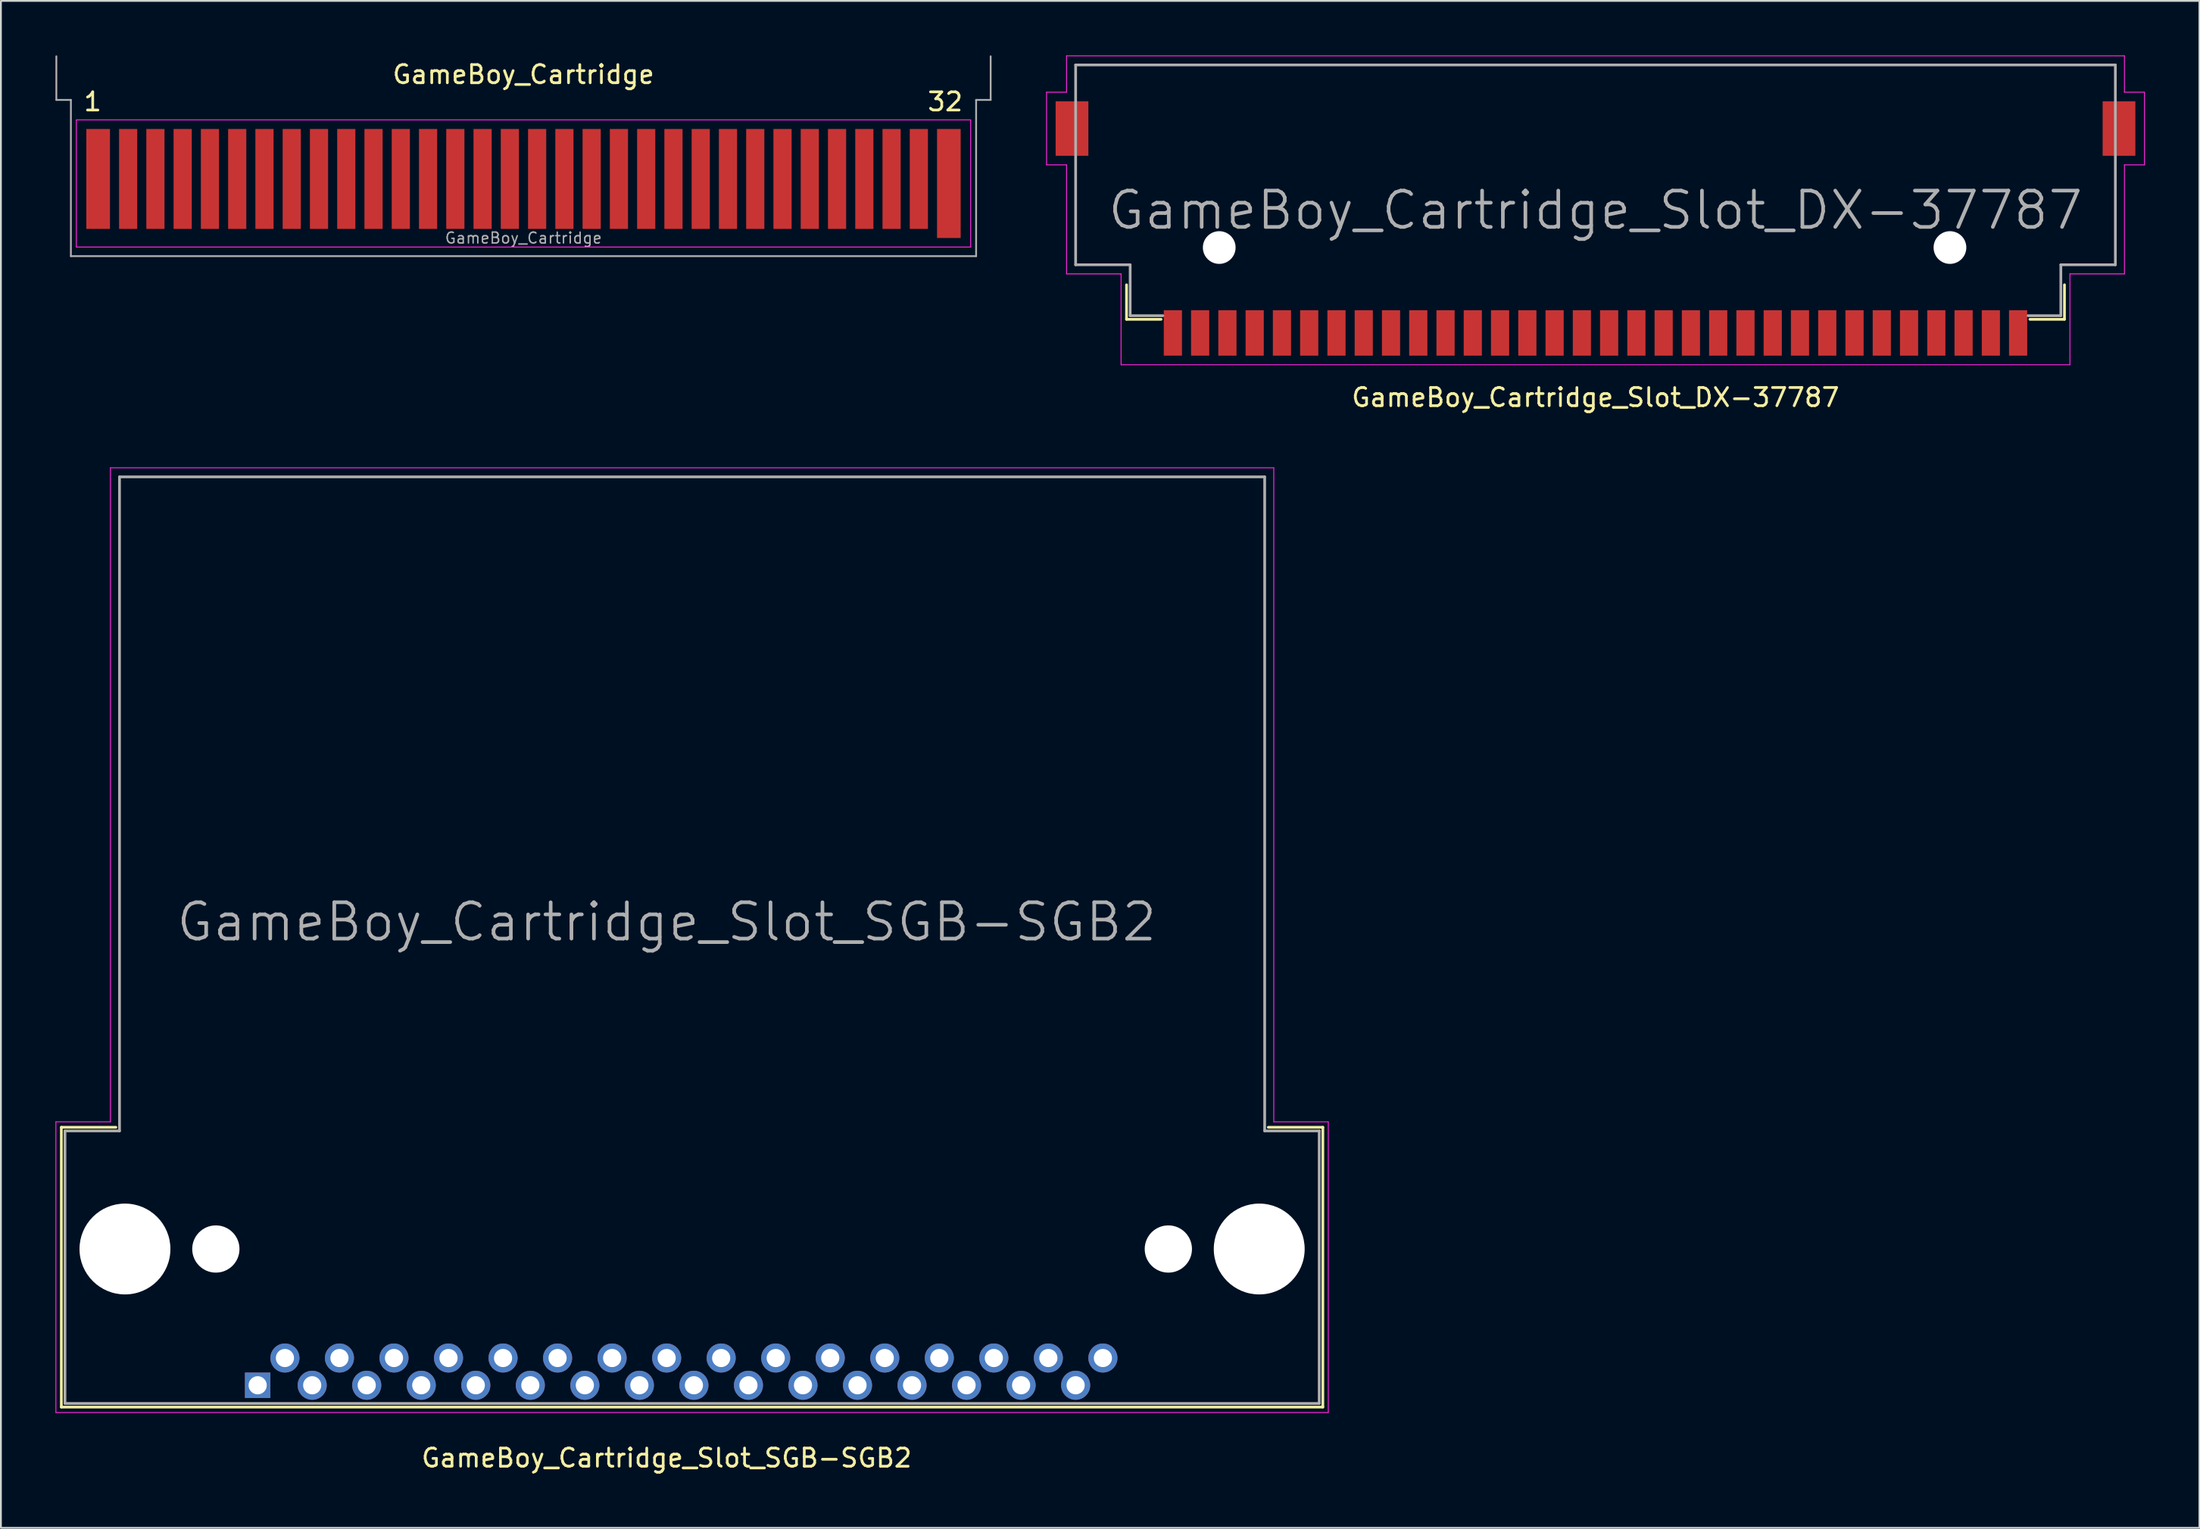
<source format=kicad_pcb>
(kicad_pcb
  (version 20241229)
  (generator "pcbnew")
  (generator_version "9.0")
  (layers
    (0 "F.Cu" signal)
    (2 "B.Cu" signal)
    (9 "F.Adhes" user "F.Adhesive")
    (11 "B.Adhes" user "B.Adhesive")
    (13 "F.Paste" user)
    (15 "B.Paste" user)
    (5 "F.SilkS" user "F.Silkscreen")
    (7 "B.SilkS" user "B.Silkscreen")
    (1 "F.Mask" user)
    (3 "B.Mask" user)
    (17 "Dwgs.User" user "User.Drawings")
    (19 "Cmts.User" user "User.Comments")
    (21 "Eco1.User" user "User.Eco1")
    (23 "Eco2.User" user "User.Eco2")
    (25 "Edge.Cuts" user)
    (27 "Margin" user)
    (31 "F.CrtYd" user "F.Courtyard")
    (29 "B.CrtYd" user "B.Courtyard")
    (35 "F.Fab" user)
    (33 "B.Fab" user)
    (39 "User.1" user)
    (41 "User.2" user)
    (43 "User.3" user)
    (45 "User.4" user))
  (footprint "GameBoy_Cartridge"
    (layer "F.Cu")
    (at 25.75 7.05)
    (property "Reference" "GameBoy_Cartridge" (at 0 -6 0) (layer "F.SilkS") (effects (font (size 1 1) (thickness 0.15))))
    (attr exclude_from_pos_files exclude_from_bom)
    (fp_line (start -24.6 -3.5) (end 24.6 -3.5) (stroke (width 0.05) (type solid)) (layer "F.CrtYd"))
    (fp_line (start -24.6 3.5) (end -24.6 -3.5) (stroke (width 0.05) (type solid)) (layer "F.CrtYd"))
    (fp_line (start 24.6 -3.5) (end 24.6 3.5) (stroke (width 0.05) (type solid)) (layer "F.CrtYd"))
    (fp_line (start 24.6 3.5) (end -24.6 3.5) (stroke (width 0.05) (type solid)) (layer "F.CrtYd"))
    (fp_line (start -25.7 -4.6) (end -25.7 -7) (stroke (width 0.1) (type solid)) (layer "F.Fab"))
    (fp_line (start -24.9 -4.6) (end -25.7 -4.6) (stroke (width 0.1) (type solid)) (layer "F.Fab"))
    (fp_line (start -24.9 4) (end -24.9 -4.6) (stroke (width 0.1) (type solid)) (layer "F.Fab"))
    (fp_line (start -24.9 4) (end 24.9 4) (stroke (width 0.1) (type solid)) (layer "F.Fab"))
    (fp_line (start 24.9 -4.6) (end 25.7 -4.6) (stroke (width 0.1) (type solid)) (layer "F.Fab"))
    (fp_line (start 24.9 4) (end 24.9 -4.6) (stroke (width 0.1) (type solid)) (layer "F.Fab"))
    (fp_line (start 25.7 -4.6) (end 25.7 -7) (stroke (width 0.1) (type solid)) (layer "F.Fab"))
    (fp_text user "1" (at -23.7 -4.5 0) (layer "F.SilkS") (effects (font (size 1 1) (thickness 0.15))))
    (fp_text user "32" (at 23.2 -4.5 0) (layer "F.SilkS") (effects (font (size 1 1) (thickness 0.15))))
    (fp_text user "${REFERENCE}" (at 0 3 0) (layer "F.Fab") (effects (font (size 0.6 0.6) (thickness 0.08))))
    (pad "1" connect rect (at -23.4 -0.25 90) (size 5.5 1.3) (layers "F.Cu" "F.Mask"))
    (pad "2" connect rect (at -21.75 -0.25 90) (size 5.5 1) (layers "F.Cu" "F.Mask"))
    (pad "3" connect rect (at -20.25 -0.25 90) (size 5.5 1) (layers "F.Cu" "F.Mask"))
    (pad "4" connect rect (at -18.75 -0.25 90) (size 5.5 1) (layers "F.Cu" "F.Mask"))
    (pad "5" connect rect (at -17.25 -0.25 90) (size 5.5 1) (layers "F.Cu" "F.Mask"))
    (pad "6" connect rect (at -15.75 -0.25 90) (size 5.5 1) (layers "F.Cu" "F.Mask"))
    (pad "7" connect rect (at -14.25 -0.25 90) (size 5.5 1) (layers "F.Cu" "F.Mask"))
    (pad "8" connect rect (at -12.75 -0.25 90) (size 5.5 1) (layers "F.Cu" "F.Mask"))
    (pad "9" connect rect (at -11.25 -0.25 90) (size 5.5 1) (layers "F.Cu" "F.Mask"))
    (pad "10" connect rect (at -9.75 -0.25 90) (size 5.5 1) (layers "F.Cu" "F.Mask"))
    (pad "11" connect rect (at -8.25 -0.25 90) (size 5.5 1) (layers "F.Cu" "F.Mask"))
    (pad "12" connect rect (at -6.75 -0.25 90) (size 5.5 1) (layers "F.Cu" "F.Mask"))
    (pad "13" connect rect (at -5.25 -0.25 90) (size 5.5 1) (layers "F.Cu" "F.Mask"))
    (pad "14" connect rect (at -3.75 -0.25 90) (size 5.5 1) (layers "F.Cu" "F.Mask"))
    (pad "15" connect rect (at -2.25 -0.25 90) (size 5.5 1) (layers "F.Cu" "F.Mask"))
    (pad "16" connect rect (at -0.75 -0.25 90) (size 5.5 1) (layers "F.Cu" "F.Mask"))
    (pad "17" connect rect (at 0.75 -0.25 90) (size 5.5 1) (layers "F.Cu" "F.Mask"))
    (pad "18" connect rect (at 2.25 -0.25 90) (size 5.5 1) (layers "F.Cu" "F.Mask"))
    (pad "19" connect rect (at 3.75 -0.25 90) (size 5.5 1) (layers "F.Cu" "F.Mask"))
    (pad "20" connect rect (at 5.25 -0.25 90) (size 5.5 1) (layers "F.Cu" "F.Mask"))
    (pad "21" connect rect (at 6.75 -0.25 90) (size 5.5 1) (layers "F.Cu" "F.Mask"))
    (pad "22" connect rect (at 8.25 -0.25 90) (size 5.5 1) (layers "F.Cu" "F.Mask"))
    (pad "23" connect rect (at 9.75 -0.25 90) (size 5.5 1) (layers "F.Cu" "F.Mask"))
    (pad "24" connect rect (at 11.25 -0.25 90) (size 5.5 1) (layers "F.Cu" "F.Mask"))
    (pad "25" connect rect (at 12.75 -0.25 90) (size 5.5 1) (layers "F.Cu" "F.Mask"))
    (pad "26" connect rect (at 14.25 -0.25 90) (size 5.5 1) (layers "F.Cu" "F.Mask"))
    (pad "27" connect rect (at 15.75 -0.25 90) (size 5.5 1) (layers "F.Cu" "F.Mask"))
    (pad "28" connect rect (at 17.25 -0.25 90) (size 5.5 1) (layers "F.Cu" "F.Mask"))
    (pad "29" connect rect (at 18.75 -0.25 90) (size 5.5 1) (layers "F.Cu" "F.Mask"))
    (pad "30" connect rect (at 20.25 -0.25 90) (size 5.5 1) (layers "F.Cu" "F.Mask"))
    (pad "31" connect rect (at 21.75 -0.25 90) (size 5.5 1) (layers "F.Cu" "F.Mask"))
    (pad "32" connect rect (at 23.4 0 90) (size 6 1.3) (layers "F.Cu" "F.Mask")))
  (footprint "GameBoy_Cartridge_Slot_SGB-SGB2"
    (layer "F.Cu")
    (at 11.125 73.198)
    (property "Reference" "GameBoy_Cartridge_Slot_SGB-SGB2" (at 22.5 4 0) (layer "F.SilkS") (effects (font (size 1 1) (thickness 0.15))))
    (attr through_hole)
    (fp_line (start -10.8 -14.2) (end -7.8 -14.2) (stroke (width 0.15) (type solid)) (layer "F.SilkS"))
    (fp_line (start -10.8 1.2) (end -10.8 -14.2) (stroke (width 0.15) (type solid)) (layer "F.SilkS"))
    (fp_line (start 55.6 -14.2) (end 58.6 -14.2) (stroke (width 0.15) (type solid)) (layer "F.SilkS"))
    (fp_line (start 58.6 -14.2) (end 58.6 1.2) (stroke (width 0.15) (type solid)) (layer "F.SilkS"))
    (fp_line (start 58.6 1.2) (end -10.8 1.2) (stroke (width 0.15) (type solid)) (layer "F.SilkS"))
    (fp_line (start -11.1 -14.5) (end -8.1 -14.5) (stroke (width 0.05) (type solid)) (layer "F.CrtYd"))
    (fp_line (start -11.1 1.5) (end -11.1 -14.5) (stroke (width 0.05) (type solid)) (layer "F.CrtYd"))
    (fp_line (start -8.1 -50.5) (end 55.9 -50.5) (stroke (width 0.05) (type solid)) (layer "F.CrtYd"))
    (fp_line (start -8.1 -14.5) (end -8.1 -50.5) (stroke (width 0.05) (type solid)) (layer "F.CrtYd"))
    (fp_line (start 55.9 -50.5) (end 55.9 -14.5) (stroke (width 0.05) (type solid)) (layer "F.CrtYd"))
    (fp_line (start 55.9 -14.5) (end 58.9 -14.5) (stroke (width 0.05) (type solid)) (layer "F.CrtYd"))
    (fp_line (start 58.9 -14.5) (end 58.9 1.5) (stroke (width 0.05) (type solid)) (layer "F.CrtYd"))
    (fp_line (start 58.9 1.5) (end -11.1 1.5) (stroke (width 0.05) (type solid)) (layer "F.CrtYd"))
    (fp_line (start -10.6 -14) (end -7.6 -14) (stroke (width 0.15) (type solid)) (layer "F.Fab"))
    (fp_line (start -10.6 1) (end -10.6 -14) (stroke (width 0.15) (type solid)) (layer "F.Fab"))
    (fp_line (start -10.6 1) (end 58.4 1) (stroke (width 0.15) (type solid)) (layer "F.Fab"))
    (fp_line (start -7.6 -50) (end 55.4 -50) (stroke (width 0.15) (type solid)) (layer "F.Fab"))
    (fp_line (start -7.6 -14) (end -7.6 -50) (stroke (width 0.15) (type solid)) (layer "F.Fab"))
    (fp_line (start 55.4 -14) (end 55.4 -50) (stroke (width 0.15) (type solid)) (layer "F.Fab"))
    (fp_line (start 55.4 -14) (end 58.4 -14) (stroke (width 0.15) (type solid)) (layer "F.Fab"))
    (fp_line (start 58.4 1) (end 58.4 -14) (stroke (width 0.15) (type solid)) (layer "F.Fab"))
    (fp_text user "${REFERENCE}" (at 22.5 -25.5 0) (layer "F.Fab") (effects (font (size 2 2) (thickness 0.2))))
    (pad "" np_thru_hole circle (at -7.3 -7.5) (size 5 5) (drill 5) (layers "*.Cu" "*.Mask"))
    (pad "" np_thru_hole circle (at -2.3 -7.5) (size 2.6 2.6) (drill 2.6) (layers "*.Cu" "*.Mask"))
    (pad "" np_thru_hole circle (at 50.1 -7.5) (size 2.6 2.6) (drill 2.6) (layers "*.Cu" "*.Mask"))
    (pad "" np_thru_hole circle (at 55.1 -7.5) (size 5 5) (drill 5) (layers "*.Cu" "*.Mask"))
    (pad "1" thru_hole rect (at 0 0) (size 1.4 1.4) (drill 1) (layers "*.Cu" "*.Mask"))
    (pad "2" thru_hole circle (at 1.5 -1.5) (size 1.6 1.6) (drill 1) (layers "*.Cu" "*.Mask"))
    (pad "3" thru_hole circle (at 3 0) (size 1.6 1.6) (drill 1) (layers "*.Cu" "*.Mask"))
    (pad "4" thru_hole circle (at 4.5 -1.5) (size 1.6 1.6) (drill 1) (layers "*.Cu" "*.Mask"))
    (pad "5" thru_hole circle (at 6 0) (size 1.6 1.6) (drill 1) (layers "*.Cu" "*.Mask"))
    (pad "6" thru_hole circle (at 7.5 -1.5) (size 1.6 1.6) (drill 1) (layers "*.Cu" "*.Mask"))
    (pad "7" thru_hole circle (at 9 0) (size 1.6 1.6) (drill 1) (layers "*.Cu" "*.Mask"))
    (pad "8" thru_hole circle (at 10.5 -1.5) (size 1.6 1.6) (drill 1) (layers "*.Cu" "*.Mask"))
    (pad "9" thru_hole circle (at 12 0) (size 1.6 1.6) (drill 1) (layers "*.Cu" "*.Mask"))
    (pad "10" thru_hole circle (at 13.5 -1.5) (size 1.6 1.6) (drill 1) (layers "*.Cu" "*.Mask"))
    (pad "11" thru_hole circle (at 15 0) (size 1.6 1.6) (drill 1) (layers "*.Cu" "*.Mask"))
    (pad "12" thru_hole circle (at 16.5 -1.5) (size 1.6 1.6) (drill 1) (layers "*.Cu" "*.Mask"))
    (pad "13" thru_hole circle (at 18 0) (size 1.6 1.6) (drill 1) (layers "*.Cu" "*.Mask"))
    (pad "14" thru_hole circle (at 19.5 -1.5) (size 1.6 1.6) (drill 1) (layers "*.Cu" "*.Mask"))
    (pad "15" thru_hole circle (at 21 0) (size 1.6 1.6) (drill 1) (layers "*.Cu" "*.Mask"))
    (pad "16" thru_hole circle (at 22.5 -1.5) (size 1.6 1.6) (drill 1) (layers "*.Cu" "*.Mask"))
    (pad "17" thru_hole circle (at 24 0) (size 1.6 1.6) (drill 1) (layers "*.Cu" "*.Mask"))
    (pad "18" thru_hole circle (at 25.5 -1.5) (size 1.6 1.6) (drill 1) (layers "*.Cu" "*.Mask"))
    (pad "19" thru_hole circle (at 27 0) (size 1.6 1.6) (drill 1) (layers "*.Cu" "*.Mask"))
    (pad "20" thru_hole circle (at 28.5 -1.5) (size 1.6 1.6) (drill 1) (layers "*.Cu" "*.Mask"))
    (pad "21" thru_hole circle (at 30 0) (size 1.6 1.6) (drill 1) (layers "*.Cu" "*.Mask"))
    (pad "22" thru_hole circle (at 31.5 -1.5) (size 1.6 1.6) (drill 1) (layers "*.Cu" "*.Mask"))
    (pad "23" thru_hole circle (at 33 0) (size 1.6 1.6) (drill 1) (layers "*.Cu" "*.Mask"))
    (pad "24" thru_hole circle (at 34.5 -1.5) (size 1.6 1.6) (drill 1) (layers "*.Cu" "*.Mask"))
    (pad "25" thru_hole circle (at 36 0) (size 1.6 1.6) (drill 1) (layers "*.Cu" "*.Mask"))
    (pad "26" thru_hole circle (at 37.5 -1.5) (size 1.6 1.6) (drill 1) (layers "*.Cu" "*.Mask"))
    (pad "27" thru_hole circle (at 39 0) (size 1.6 1.6) (drill 1) (layers "*.Cu" "*.Mask"))
    (pad "28" thru_hole circle (at 40.5 -1.5) (size 1.6 1.6) (drill 1) (layers "*.Cu" "*.Mask"))
    (pad "29" thru_hole circle (at 42 0) (size 1.6 1.6) (drill 1) (layers "*.Cu" "*.Mask"))
    (pad "30" thru_hole circle (at 43.5 -1.5) (size 1.6 1.6) (drill 1) (layers "*.Cu" "*.Mask"))
    (pad "31" thru_hole circle (at 45 0) (size 1.6 1.6) (drill 1) (layers "*.Cu" "*.Mask"))
    (pad "32" thru_hole circle (at 46.5 -1.5) (size 1.6 1.6) (drill 1) (layers "*.Cu" "*.Mask")))
  (footprint "GameBoy_Cartridge_Slot_DX-37787"
    (layer "F.Cu")
    (at 84.725 9.525)
    (property "Reference" "GameBoy_Cartridge_Slot_DX-37787" (at 0 9.3 180) (layer "F.SilkS") (effects (font (size 1 1) (thickness 0.15))))
    (attr smd)
    (fp_line (start -25.8 5) (end -25.8 3.1) (stroke (width 0.15) (type solid)) (layer "F.SilkS"))
    (fp_line (start -23.9 5) (end -25.8 5) (stroke (width 0.15) (type solid)) (layer "F.SilkS"))
    (fp_line (start 23.9 5) (end 25.8 5) (stroke (width 0.15) (type solid)) (layer "F.SilkS"))
    (fp_line (start 25.8 5) (end 25.8 3.1) (stroke (width 0.15) (type solid)) (layer "F.SilkS"))
    (fp_line (start -30.2 -7.5) (end -30.2 -3.5) (stroke (width 0.05) (type solid)) (layer "F.CrtYd"))
    (fp_line (start -30.2 -3.5) (end -29.1 -3.5) (stroke (width 0.05) (type solid)) (layer "F.CrtYd"))
    (fp_line (start -29.1 -9.5) (end -29.1 -7.5) (stroke (width 0.05) (type solid)) (layer "F.CrtYd"))
    (fp_line (start -29.1 -9.5) (end 29.1 -9.5) (stroke (width 0.05) (type solid)) (layer "F.CrtYd"))
    (fp_line (start -29.1 -7.5) (end -30.2 -7.5) (stroke (width 0.05) (type solid)) (layer "F.CrtYd"))
    (fp_line (start -29.1 -3.5) (end -29.1 2.5) (stroke (width 0.05) (type solid)) (layer "F.CrtYd"))
    (fp_line (start -29.1 2.5) (end -26.1 2.5) (stroke (width 0.05) (type solid)) (layer "F.CrtYd"))
    (fp_line (start -26.1 2.5) (end -26.1 7.5) (stroke (width 0.05) (type solid)) (layer "F.CrtYd"))
    (fp_line (start -26.1 7.5) (end 26.1 7.5) (stroke (width 0.05) (type solid)) (layer "F.CrtYd"))
    (fp_line (start 26.1 2.5) (end 29.1 2.5) (stroke (width 0.05) (type solid)) (layer "F.CrtYd"))
    (fp_line (start 26.1 7.5) (end 26.1 2.5) (stroke (width 0.05) (type solid)) (layer "F.CrtYd"))
    (fp_line (start 29.1 -7.5) (end 29.1 -9.5) (stroke (width 0.05) (type solid)) (layer "F.CrtYd"))
    (fp_line (start 29.1 -3.5) (end 30.2 -3.5) (stroke (width 0.05) (type solid)) (layer "F.CrtYd"))
    (fp_line (start 29.1 2.5) (end 29.1 -3.5) (stroke (width 0.05) (type solid)) (layer "F.CrtYd"))
    (fp_line (start 30.2 -7.5) (end 29.1 -7.5) (stroke (width 0.05) (type solid)) (layer "F.CrtYd"))
    (fp_line (start 30.2 -3.5) (end 30.2 -7.5) (stroke (width 0.05) (type solid)) (layer "F.CrtYd"))
    (fp_line (start -28.6 -9) (end 28.6 -9) (stroke (width 0.15) (type solid)) (layer "F.Fab"))
    (fp_line (start -28.6 2) (end -28.6 -9) (stroke (width 0.15) (type solid)) (layer "F.Fab"))
    (fp_line (start -25.6 2) (end -28.6 2) (stroke (width 0.15) (type solid)) (layer "F.Fab"))
    (fp_line (start -25.6 4.8) (end -25.6 2) (stroke (width 0.15) (type solid)) (layer "F.Fab"))
    (fp_line (start -23.8 4.8) (end -25.6 4.8) (stroke (width 0.15) (type solid)) (layer "F.Fab"))
    (fp_line (start 23.8 4.8) (end 25.6 4.8) (stroke (width 0.15) (type solid)) (layer "F.Fab"))
    (fp_line (start 25.6 2) (end 28.6 2) (stroke (width 0.15) (type solid)) (layer "F.Fab"))
    (fp_line (start 25.6 4.8) (end 25.6 2) (stroke (width 0.15) (type solid)) (layer "F.Fab"))
    (fp_line (start 28.6 2) (end 28.6 -9) (stroke (width 0.15) (type solid)) (layer "F.Fab"))
    (fp_text user "${REFERENCE}" (at 0 -1 0) (layer "F.Fab") (effects (font (size 2 2) (thickness 0.2))))
    (pad "" np_thru_hole circle (at -20.7 1.05) (size 1.8 1.8) (drill 1.8) (layers "*.Cu" "*.Mask"))
    (pad "" np_thru_hole circle (at 19.5 1.05) (size 1.8 1.8) (drill 1.8) (layers "*.Cu" "*.Mask"))
    (pad "1" smd rect (at -23.25 5.75) (size 1 2.5) (layers "F.Cu" "F.Mask" "F.Paste"))
    (pad "2" smd rect (at -21.75 5.75) (size 1 2.5) (layers "F.Cu" "F.Mask" "F.Paste"))
    (pad "3" smd rect (at -20.25 5.75) (size 1 2.5) (layers "F.Cu" "F.Mask" "F.Paste"))
    (pad "4" smd rect (at -18.75 5.75) (size 1 2.5) (layers "F.Cu" "F.Mask" "F.Paste"))
    (pad "5" smd rect (at -17.25 5.75) (size 1 2.5) (layers "F.Cu" "F.Mask" "F.Paste"))
    (pad "6" smd rect (at -15.75 5.75) (size 1 2.5) (layers "F.Cu" "F.Mask" "F.Paste"))
    (pad "7" smd rect (at -14.25 5.75) (size 1 2.5) (layers "F.Cu" "F.Mask" "F.Paste"))
    (pad "8" smd rect (at -12.75 5.75) (size 1 2.5) (layers "F.Cu" "F.Mask" "F.Paste"))
    (pad "9" smd rect (at -11.25 5.75) (size 1 2.5) (layers "F.Cu" "F.Mask" "F.Paste"))
    (pad "10" smd rect (at -9.75 5.75) (size 1 2.5) (layers "F.Cu" "F.Mask" "F.Paste"))
    (pad "11" smd rect (at -8.25 5.75) (size 1 2.5) (layers "F.Cu" "F.Mask" "F.Paste"))
    (pad "12" smd rect (at -6.75 5.75) (size 1 2.5) (layers "F.Cu" "F.Mask" "F.Paste"))
    (pad "13" smd rect (at -5.25 5.75) (size 1 2.5) (layers "F.Cu" "F.Mask" "F.Paste"))
    (pad "14" smd rect (at -3.75 5.75) (size 1 2.5) (layers "F.Cu" "F.Mask" "F.Paste"))
    (pad "15" smd rect (at -2.25 5.75) (size 1 2.5) (layers "F.Cu" "F.Mask" "F.Paste"))
    (pad "16" smd rect (at -0.75 5.75) (size 1 2.5) (layers "F.Cu" "F.Mask" "F.Paste"))
    (pad "17" smd rect (at 0.75 5.75) (size 1 2.5) (layers "F.Cu" "F.Mask" "F.Paste"))
    (pad "18" smd rect (at 2.25 5.75) (size 1 2.5) (layers "F.Cu" "F.Mask" "F.Paste"))
    (pad "19" smd rect (at 3.75 5.75) (size 1 2.5) (layers "F.Cu" "F.Mask" "F.Paste"))
    (pad "20" smd rect (at 5.25 5.75) (size 1 2.5) (layers "F.Cu" "F.Mask" "F.Paste"))
    (pad "21" smd rect (at 6.75 5.75) (size 1 2.5) (layers "F.Cu" "F.Mask" "F.Paste"))
    (pad "22" smd rect (at 8.25 5.75) (size 1 2.5) (layers "F.Cu" "F.Mask" "F.Paste"))
    (pad "23" smd rect (at 9.75 5.75) (size 1 2.5) (layers "F.Cu" "F.Mask" "F.Paste"))
    (pad "24" smd rect (at 11.25 5.75) (size 1 2.5) (layers "F.Cu" "F.Mask" "F.Paste"))
    (pad "25" smd rect (at 12.75 5.75) (size 1 2.5) (layers "F.Cu" "F.Mask" "F.Paste"))
    (pad "26" smd rect (at 14.25 5.75) (size 1 2.5) (layers "F.Cu" "F.Mask" "F.Paste"))
    (pad "27" smd rect (at 15.75 5.75) (size 1 2.5) (layers "F.Cu" "F.Mask" "F.Paste"))
    (pad "28" smd rect (at 17.25 5.75) (size 1 2.5) (layers "F.Cu" "F.Mask" "F.Paste"))
    (pad "29" smd rect (at 18.75 5.75) (size 1 2.5) (layers "F.Cu" "F.Mask" "F.Paste"))
    (pad "30" smd rect (at 20.25 5.75) (size 1 2.5) (layers "F.Cu" "F.Mask" "F.Paste"))
    (pad "31" smd rect (at 21.75 5.75) (size 1 2.5) (layers "F.Cu" "F.Mask" "F.Paste"))
    (pad "32" smd rect (at -28.8 -5.5) (size 1.8 3) (layers "F.Cu" "F.Mask" "F.Paste"))
    (pad "32" smd rect (at 23.25 5.75) (size 1 2.5) (layers "F.Cu" "F.Mask" "F.Paste"))
    (pad "32" smd rect (at 28.8 -5.5) (size 1.8 3) (layers "F.Cu" "F.Mask" "F.Paste")))
  (gr_rect
    (start -3 -3)
    (end 117.95 81.046)
    (stroke (width 0.1) (type default))
    (fill no)
    (layer "Edge.Cuts")))
</source>
